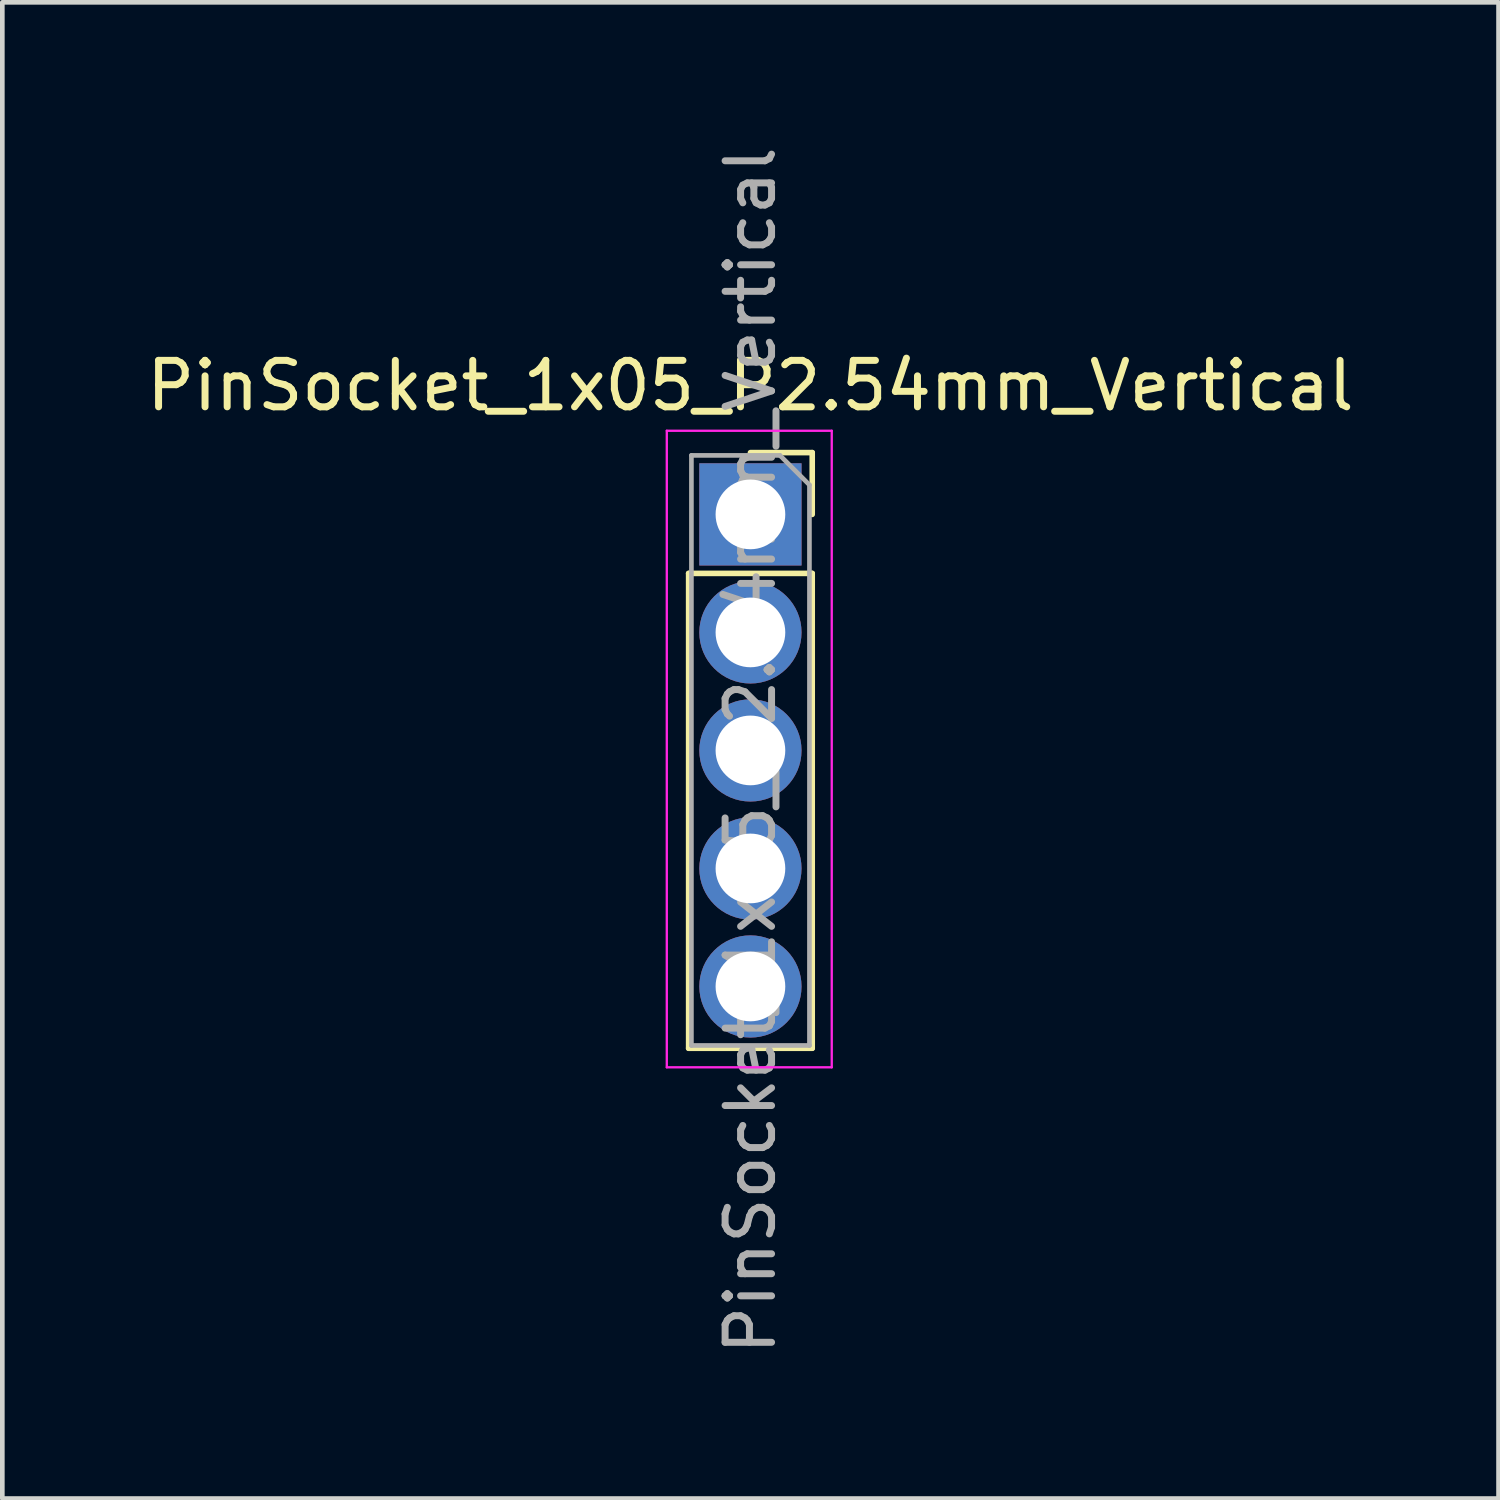
<source format=kicad_pcb>
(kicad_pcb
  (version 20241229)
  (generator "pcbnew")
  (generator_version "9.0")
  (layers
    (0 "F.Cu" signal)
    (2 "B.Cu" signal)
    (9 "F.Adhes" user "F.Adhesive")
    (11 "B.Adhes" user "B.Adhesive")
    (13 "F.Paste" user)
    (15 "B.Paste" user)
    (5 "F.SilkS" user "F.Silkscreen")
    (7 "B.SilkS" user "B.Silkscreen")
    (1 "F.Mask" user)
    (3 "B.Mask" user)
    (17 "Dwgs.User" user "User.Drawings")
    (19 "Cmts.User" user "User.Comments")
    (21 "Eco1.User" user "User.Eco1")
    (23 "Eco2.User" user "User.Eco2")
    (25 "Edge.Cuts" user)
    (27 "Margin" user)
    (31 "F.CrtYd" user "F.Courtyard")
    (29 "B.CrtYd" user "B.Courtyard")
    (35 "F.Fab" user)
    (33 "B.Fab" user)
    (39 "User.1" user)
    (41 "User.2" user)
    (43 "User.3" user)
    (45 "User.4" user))
  (footprint "PinSocket_1x05_P2.54mm_Vertical"
    (layer "F.Cu")
    (at 13.101 8.021)
    (property "Reference" "PinSocket_1x05_P2.54mm_Vertical" (at 0 -2.77 0) (layer "F.SilkS") (effects (font (size 1 1) (thickness 0.15))))
    (attr through_hole)
    (fp_line (start -1.33 1.27) (end -1.33 11.49) (stroke (width 0.12) (type solid)) (layer "F.SilkS"))
    (fp_line (start -1.33 1.27) (end 1.33 1.27) (stroke (width 0.12) (type solid)) (layer "F.SilkS"))
    (fp_line (start -1.33 11.49) (end 1.33 11.49) (stroke (width 0.12) (type solid)) (layer "F.SilkS"))
    (fp_line (start 0 -1.33) (end 1.33 -1.33) (stroke (width 0.12) (type solid)) (layer "F.SilkS"))
    (fp_line (start 1.33 -1.33) (end 1.33 0) (stroke (width 0.12) (type solid)) (layer "F.SilkS"))
    (fp_line (start 1.33 1.27) (end 1.33 11.49) (stroke (width 0.12) (type solid)) (layer "F.SilkS"))
    (fp_line (start -1.8 -1.8) (end 1.75 -1.8) (stroke (width 0.05) (type solid)) (layer "F.CrtYd"))
    (fp_line (start -1.8 11.9) (end -1.8 -1.8) (stroke (width 0.05) (type solid)) (layer "F.CrtYd"))
    (fp_line (start 1.75 -1.8) (end 1.75 11.9) (stroke (width 0.05) (type solid)) (layer "F.CrtYd"))
    (fp_line (start 1.75 11.9) (end -1.8 11.9) (stroke (width 0.05) (type solid)) (layer "F.CrtYd"))
    (fp_line (start -1.27 -1.27) (end 0.635 -1.27) (stroke (width 0.1) (type solid)) (layer "F.Fab"))
    (fp_line (start -1.27 11.43) (end -1.27 -1.27) (stroke (width 0.1) (type solid)) (layer "F.Fab"))
    (fp_line (start 0.635 -1.27) (end 1.27 -0.635) (stroke (width 0.1) (type solid)) (layer "F.Fab"))
    (fp_line (start 1.27 -0.635) (end 1.27 11.43) (stroke (width 0.1) (type solid)) (layer "F.Fab"))
    (fp_line (start 1.27 11.43) (end -1.27 11.43) (stroke (width 0.1) (type solid)) (layer "F.Fab"))
    (fp_text user "${REFERENCE}" (at 0 5.08 90) (layer "F.Fab") (effects (font (size 1 1) (thickness 0.15))))
    (pad "1" thru_hole rect (at 0 0) (size 2.2 2.2) (drill 1.5) (layers "*.Cu" "*.Mask"))
    (pad "2" thru_hole oval (at 0 2.54) (size 2.2 2.2) (drill 1.5) (layers "*.Cu" "*.Mask"))
    (pad "3" thru_hole oval (at 0 5.08) (size 2.2 2.2) (drill 1.5) (layers "*.Cu" "*.Mask"))
    (pad "4" thru_hole oval (at 0 7.62) (size 2.2 2.2) (drill 1.5) (layers "*.Cu" "*.Mask"))
    (pad "5" thru_hole oval (at 0 10.16) (size 2.2 2.2) (drill 1.5) (layers "*.Cu" "*.Mask")))
  (gr_rect
    (start -3 -3)
    (end 29.202 29.202)
    (stroke (width 0.1) (type default))
    (fill no)
    (layer "Edge.Cuts")))
</source>
